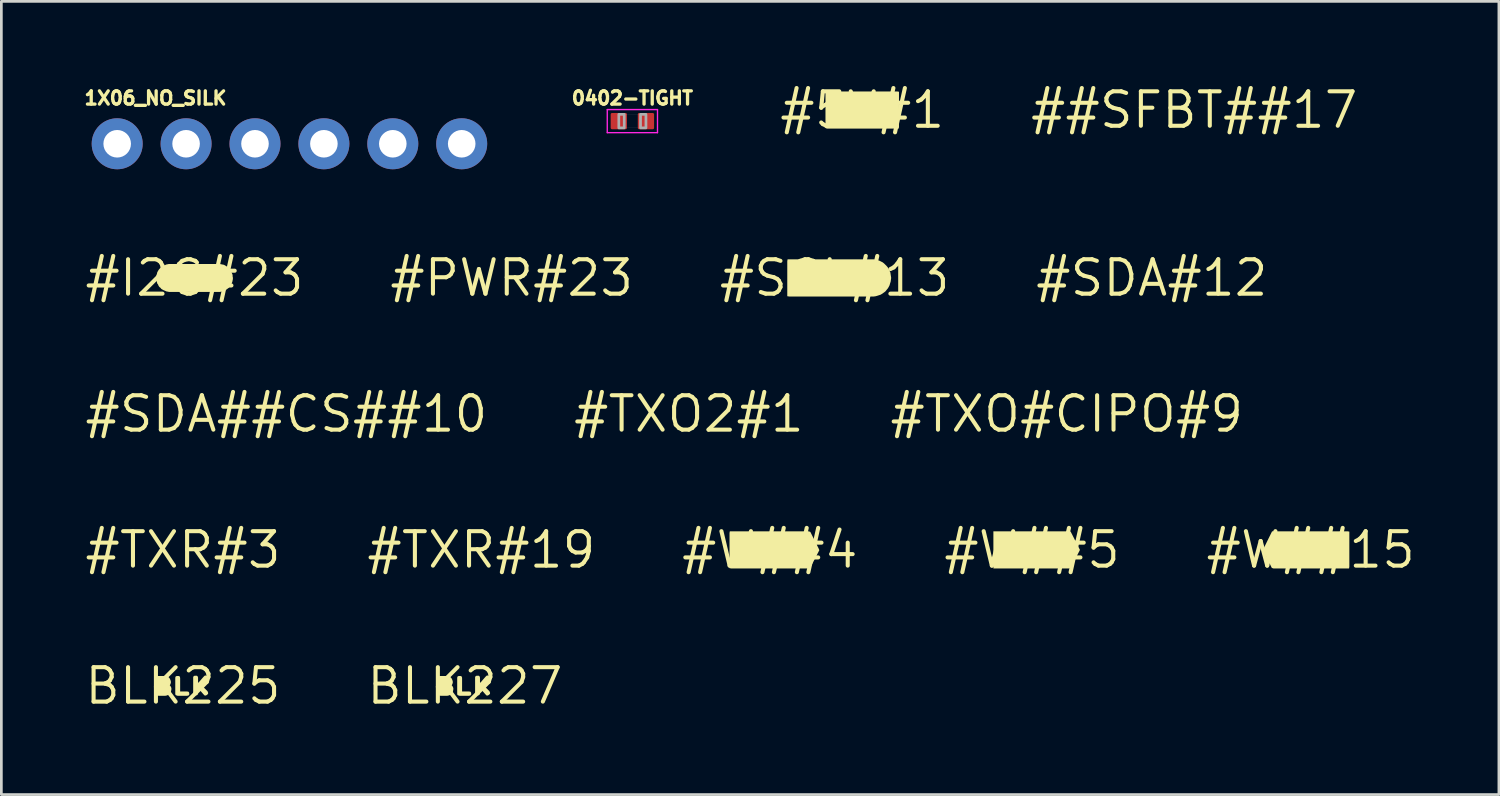
<source format=kicad_pcb>
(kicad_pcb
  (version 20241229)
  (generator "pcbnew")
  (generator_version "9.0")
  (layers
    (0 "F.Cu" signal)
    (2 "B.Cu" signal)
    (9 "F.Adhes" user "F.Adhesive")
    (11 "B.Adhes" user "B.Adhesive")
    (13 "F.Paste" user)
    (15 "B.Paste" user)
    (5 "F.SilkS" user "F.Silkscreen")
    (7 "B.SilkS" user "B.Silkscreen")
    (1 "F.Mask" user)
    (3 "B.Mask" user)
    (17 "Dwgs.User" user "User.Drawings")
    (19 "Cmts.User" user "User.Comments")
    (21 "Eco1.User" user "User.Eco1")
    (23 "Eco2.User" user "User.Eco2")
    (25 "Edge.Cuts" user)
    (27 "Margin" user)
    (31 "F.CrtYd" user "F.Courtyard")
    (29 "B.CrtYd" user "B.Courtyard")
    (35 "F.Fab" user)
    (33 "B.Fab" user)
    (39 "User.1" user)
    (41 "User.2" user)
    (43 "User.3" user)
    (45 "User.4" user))
  (footprint "#W##4"
    (layer "F.Cu")
    (at 25.328 17.221)
    (property "Reference" "#W##4" (at 0 0 0) (layer "F.SilkS") (effects (font (size 1.27 1.27) (thickness 0.15))))
    (fp_poly (pts (xy 1.431 -0.685) (xy 1.494 -0.664) (xy 1.795 -0.062) (xy 1.826 0.01) (xy 1.483 0.675) (xy 1.42 0.685) (xy -1.42 0.685) (xy -1.485 0.674) (xy -1.485 -0.62) (xy -1.474 -0.685)) (stroke (width 0) (type default)) (fill yes) (layer "F.SilkS")))
  (footprint "#TXO2#1"
    (layer "F.Cu")
    (at 22.344 12.209)
    (property "Reference" "#TXO2#1" (at 0 0 0) (layer "F.SilkS") (effects (font (size 1.27 1.27) (thickness 0.15))))
    (fp_poly (pts (xy 0.552 0.235) (xy 0.55 0.24) (xy 0.55 0.235) (xy 0.551 0.235)) (stroke (width 0) (type default)) (fill yes) (layer "F.SilkS")))
  (footprint "BLK225"
    (layer "F.Cu")
    (at 3.696 22.234)
    (property "Reference" "BLK225" (at 0 0 0) (layer "F.SilkS") (effects (font (size 1.27 1.27) (thickness 0.15))))
    (fp_poly (pts (xy -0.116 -0.343) (xy -0.105 -0.29) (xy -0.105 0.205) (xy 0.14 0.205) (xy 0.203 0.215) (xy 0.225 0.248) (xy 0.235 0.311) (xy 0.203 0.355) (xy 0.15 0.365) (xy -0.201 0.365) (xy -0.263 0.344) (xy -0.285 0.312) (xy -0.285 -0.301) (xy -0.274 -0.343) (xy -0.231 -0.365) (xy -0.159 -0.365)) (stroke (width 0) (type default)) (fill yes) (layer "F.SilkS"))
    (fp_poly (pts (xy -0.578 -0.345) (xy -0.537 -0.324) (xy -0.496 -0.283) (xy -0.475 -0.242) (xy -0.455 -0.191) (xy -0.445 -0.14) (xy -0.455 -0.089) (xy -0.476 -0.037) (xy -0.487 -0.026) (xy -0.488 -0.025) (xy -0.456 0.017) (xy -0.435 0.058) (xy -0.425 0.11) (xy -0.435 0.171) (xy -0.445 0.222) (xy -0.466 0.263) (xy -0.507 0.304) (xy -0.548 0.334) (xy -0.599 0.355) (xy -0.65 0.365) (xy -0.9 0.365) (xy -0.962 0.355) (xy -0.995 0.322) (xy -1.005 0.27) (xy -1.005 -0.301) (xy -0.994 -0.343) (xy -0.951 -0.365) (xy -0.629 -0.365)) (stroke (width 0) (type default)) (fill yes) (layer "F.SilkS"))
    (fp_poly (pts (xy 0.883 -0.364) (xy 0.924 -0.312) (xy 0.935 -0.279) (xy 0.904 -0.227) (xy 0.874 -0.197) (xy 0.814 -0.126) (xy 0.723 -0.046) (xy 0.688 -0.019) (xy 0.814 0.106) (xy 0.904 0.197) (xy 0.925 0.249) (xy 0.925 0.292) (xy 0.883 0.334) (xy 0.841 0.355) (xy 0.798 0.355) (xy 0.756 0.313) (xy 0.562 0.09) (xy 0.555 0.111) (xy 0.555 0.271) (xy 0.545 0.313) (xy 0.512 0.345) (xy 0.45 0.345) (xy 0.397 0.334) (xy 0.375 0.302) (xy 0.375 -0.321) (xy 0.397 -0.364) (xy 0.439 -0.375) (xy 0.512 -0.375) (xy 0.545 -0.343) (xy 0.555 -0.301) (xy 0.555 -0.141) (xy 0.563 -0.111) (xy 0.756 -0.333) (xy 0.797 -0.374) (xy 0.83 -0.385)) (stroke (width 0) (type default)) (fill yes) (layer "F.SilkS")))
  (footprint "#TXO#CIPO#9"
    (layer "F.Cu")
    (at 36.275 12.209)
    (property "Reference" "#TXO#CIPO#9" (at 0 0 0) (layer "F.SilkS") (effects (font (size 1.27 1.27) (thickness 0.15))))
    (fp_poly (pts (xy 3.192 0.236) (xy 3.19 0.24) (xy 3.19 0.235) (xy 3.191 0.235)) (stroke (width 0) (type default)) (fill yes) (layer "F.SilkS")))
  (footprint "1X06_NO_SILK"
    (layer "F.Cu")
    (at 1.27 2.25)
    (property "Reference" "1X06_NO_SILK" (at -1.27 -1.397 0) (unlocked yes) (layer "F.SilkS") (effects (font (size 0.488 0.488) (thickness 0.122)) (justify left bottom)))
    (fp_poly (pts (xy -0.254 0.254) (xy 0.254 0.254) (xy 0.254 -0.254) (xy -0.254 -0.254)) (stroke (width 0.1) (type default)) (fill no) (layer "F.Fab"))
    (fp_poly (pts (xy 2.286 0.254) (xy 2.794 0.254) (xy 2.794 -0.254) (xy 2.286 -0.254)) (stroke (width 0.1) (type default)) (fill no) (layer "F.Fab"))
    (fp_poly (pts (xy 4.826 0.254) (xy 5.334 0.254) (xy 5.334 -0.254) (xy 4.826 -0.254)) (stroke (width 0.1) (type default)) (fill no) (layer "F.Fab"))
    (fp_poly (pts (xy 7.366 0.254) (xy 7.874 0.254) (xy 7.874 -0.254) (xy 7.366 -0.254)) (stroke (width 0.1) (type default)) (fill no) (layer "F.Fab"))
    (fp_poly (pts (xy 9.906 0.254) (xy 10.414 0.254) (xy 10.414 -0.254) (xy 9.906 -0.254)) (stroke (width 0.1) (type default)) (fill no) (layer "F.Fab"))
    (fp_poly (pts (xy 12.446 0.254) (xy 12.954 0.254) (xy 12.954 -0.254) (xy 12.446 -0.254)) (stroke (width 0.1) (type default)) (fill no) (layer "F.Fab"))
    (pad "1" thru_hole circle (at 0 0 90) (size 1.88 1.88) (drill 1.016) (layers "*.Cu" "*.Mask"))
    (pad "2" thru_hole circle (at 2.54 0 90) (size 1.88 1.88) (drill 1.016) (layers "*.Cu" "*.Mask"))
    (pad "3" thru_hole circle (at 5.08 0 90) (size 1.88 1.88) (drill 1.016) (layers "*.Cu" "*.Mask"))
    (pad "4" thru_hole circle (at 7.62 0 90) (size 1.88 1.88) (drill 1.016) (layers "*.Cu" "*.Mask"))
    (pad "5" thru_hole circle (at 10.16 0 90) (size 1.88 1.88) (drill 1.016) (layers "*.Cu" "*.Mask"))
    (pad "6" thru_hole circle (at 12.7 0 90) (size 1.88 1.88) (drill 1.016) (layers "*.Cu" "*.Mask")))
  (footprint "##SFBT##17"
    (layer "F.Cu")
    (at 40.973 1.006)
    (property "Reference" "##SFBT##17" (at 0 0 0) (layer "F.SilkS") (effects (font (size 1.27 1.27) (thickness 0.15))))
    (fp_poly (pts (xy 0.231 0.375) (xy 0.23 0.38) (xy 0.23 0.375) (xy 0.23 0.375)) (stroke (width 0) (type default)) (fill yes) (layer "F.SilkS")))
  (footprint "#SDA#12"
    (layer "F.Cu")
    (at 39.41 7.196)
    (property "Reference" "#SDA#12" (at 0 0 0) (layer "F.SilkS") (effects (font (size 1.27 1.27) (thickness 0.15))))
    (fp_poly (pts (xy -0.318 0.236) (xy -0.32 0.24) (xy -0.32 0.235) (xy -0.319 0.235)) (stroke (width 0) (type default)) (fill yes) (layer "F.SilkS")))
  (footprint "#TXR#19"
    (layer "F.Cu")
    (at 14.694 17.221)
    (property "Reference" "#TXR#19" (at 0 0 0) (layer "F.SilkS") (effects (font (size 1.27 1.27) (thickness 0.15))))
    (fp_poly (pts (xy 0.954 -0.034) (xy 0.95 -0.03) (xy 0.95 -0.035) (xy 0.952 -0.035)) (stroke (width 0) (type default)) (fill yes) (layer "F.SilkS")))
  (footprint "#W##15"
    (layer "F.Cu")
    (at 45.267 17.221)
    (property "Reference" "#W##15" (at 0 0 0) (layer "F.SilkS") (effects (font (size 1.27 1.27) (thickness 0.15))))
    (fp_poly (pts (xy 1.36 -0.685) (xy 1.425 -0.674) (xy 1.425 0.62) (xy 1.414 0.685) (xy -1.371 0.685) (xy -1.434 0.664) (xy -1.735 0.052) (xy -1.755 -0.01) (xy -1.423 -0.685)) (stroke (width 0) (type default)) (fill yes) (layer "F.SilkS")))
  (footprint "#SDA##CS##10"
    (layer "F.Cu")
    (at 7.506 12.209)
    (property "Reference" "#SDA##CS##10" (at 0 0 0) (layer "F.SilkS") (effects (font (size 1.27 1.27) (thickness 0.15))))
    (fp_poly (pts (xy -1.679 0.375) (xy -1.68 0.38) (xy -1.68 0.375) (xy -1.68 0.375)) (stroke (width 0) (type default)) (fill yes) (layer "F.SilkS")))
  (footprint "#I2C#23"
    (layer "F.Cu")
    (at 4.12 7.196)
    (property "Reference" "#I2C#23" (at 0 0 0) (layer "F.SilkS") (effects (font (size 1.27 1.27) (thickness 0.15))))
    (fp_poly (pts (xy 0.93 -0.515) (xy 0.981 -0.505) (xy 1.031 -0.495) (xy 1.082 -0.485) (xy 1.122 -0.464) (xy 1.173 -0.434) (xy 1.213 -0.404) (xy 1.254 -0.374) (xy 1.284 -0.333) (xy 1.314 -0.293) (xy 1.344 -0.252) (xy 1.365 -0.202) (xy 1.385 -0.162) (xy 1.405 -0.111) (xy 1.405 -0.06) (xy 1.415 -0.01) (xy 1.415 0.04) (xy 1.405 0.091) (xy 1.395 0.141) (xy 1.375 0.192) (xy 1.354 0.242) (xy 1.324 0.283) (xy 1.294 0.323) (xy 1.264 0.364) (xy 1.223 0.394) (xy 1.183 0.424) (xy 1.142 0.454) (xy 1.092 0.475) (xy 1.041 0.495) (xy 0.991 0.505) (xy 0.94 0.515) (xy -0.94 0.515) (xy -0.991 0.505) (xy -1.042 0.495) (xy -1.082 0.475) (xy -1.132 0.455) (xy -1.172 0.434) (xy -1.223 0.404) (xy -1.254 0.364) (xy -1.294 0.334) (xy -1.324 0.292) (xy -1.344 0.242) (xy -1.375 0.202) (xy -1.385 0.151) (xy -1.405 0.101) (xy -1.405 0.05) (xy -1.415 0) (xy -1.405 -0.05) (xy -1.405 -0.101) (xy -1.385 -0.151) (xy -1.375 -0.202) (xy -1.354 -0.242) (xy -1.324 -0.293) (xy -1.294 -0.334) (xy -1.254 -0.364) (xy -1.223 -0.404) (xy -1.172 -0.434) (xy -1.132 -0.455) (xy -1.082 -0.475) (xy -1.042 -0.495) (xy -0.991 -0.505) (xy -0.94 -0.515)) (stroke (width 0) (type default)) (fill yes) (layer "F.SilkS")))
  (footprint "#PWR#23"
    (layer "F.Cu")
    (at 15.813 7.196)
    (property "Reference" "#PWR#23" (at 0 0 0) (layer "F.SilkS") (effects (font (size 1.27 1.27) (thickness 0.15))))
    (fp_poly (pts (xy 0.782 -0.024) (xy 0.78 -0.02) (xy 0.78 -0.025) (xy 0.781 -0.025)) (stroke (width 0) (type default)) (fill yes) (layer "F.SilkS")))
  (footprint "BLK227"
    (layer "F.Cu")
    (at 14.089 22.234)
    (property "Reference" "BLK227" (at 0 0 0) (layer "F.SilkS") (effects (font (size 1.27 1.27) (thickness 0.15))))
    (fp_poly (pts (xy -0.116 -0.343) (xy -0.105 -0.29) (xy -0.105 0.205) (xy 0.14 0.205) (xy 0.203 0.215) (xy 0.225 0.248) (xy 0.235 0.311) (xy 0.203 0.355) (xy 0.15 0.365) (xy -0.201 0.365) (xy -0.263 0.344) (xy -0.285 0.312) (xy -0.285 -0.301) (xy -0.274 -0.343) (xy -0.231 -0.365) (xy -0.159 -0.365)) (stroke (width 0) (type default)) (fill yes) (layer "F.SilkS"))
    (fp_poly (pts (xy -0.578 -0.345) (xy -0.537 -0.324) (xy -0.496 -0.283) (xy -0.475 -0.242) (xy -0.455 -0.191) (xy -0.445 -0.14) (xy -0.455 -0.089) (xy -0.476 -0.037) (xy -0.487 -0.026) (xy -0.488 -0.025) (xy -0.456 0.017) (xy -0.435 0.058) (xy -0.425 0.11) (xy -0.435 0.171) (xy -0.445 0.222) (xy -0.466 0.263) (xy -0.507 0.304) (xy -0.548 0.334) (xy -0.599 0.355) (xy -0.65 0.365) (xy -0.9 0.365) (xy -0.962 0.355) (xy -0.995 0.322) (xy -1.005 0.27) (xy -1.005 -0.301) (xy -0.994 -0.343) (xy -0.951 -0.365) (xy -0.629 -0.365)) (stroke (width 0) (type default)) (fill yes) (layer "F.SilkS"))
    (fp_poly (pts (xy 0.883 -0.364) (xy 0.924 -0.312) (xy 0.935 -0.279) (xy 0.904 -0.227) (xy 0.874 -0.197) (xy 0.814 -0.126) (xy 0.723 -0.046) (xy 0.688 -0.019) (xy 0.814 0.106) (xy 0.904 0.197) (xy 0.925 0.249) (xy 0.925 0.292) (xy 0.883 0.334) (xy 0.841 0.355) (xy 0.798 0.355) (xy 0.756 0.313) (xy 0.562 0.09) (xy 0.555 0.111) (xy 0.555 0.271) (xy 0.545 0.313) (xy 0.512 0.345) (xy 0.45 0.345) (xy 0.397 0.334) (xy 0.375 0.302) (xy 0.375 -0.321) (xy 0.397 -0.364) (xy 0.439 -0.375) (xy 0.512 -0.375) (xy 0.545 -0.343) (xy 0.555 -0.301) (xy 0.555 -0.141) (xy 0.563 -0.111) (xy 0.756 -0.333) (xy 0.797 -0.374) (xy 0.83 -0.385)) (stroke (width 0) (type default)) (fill yes) (layer "F.SilkS")))
  (footprint "#TXR#3"
    (layer "F.Cu")
    (at 3.696 17.221)
    (property "Reference" "#TXR#3" (at 0 0 0) (layer "F.SilkS") (effects (font (size 1.27 1.27) (thickness 0.15))))
    (fp_poly (pts (xy 0.954 -0.034) (xy 0.95 -0.03) (xy 0.95 -0.035) (xy 0.952 -0.035)) (stroke (width 0) (type default)) (fill yes) (layer "F.SilkS")))
  (footprint "#W##5"
    (layer "F.Cu")
    (at 34.995 17.221)
    (property "Reference" "#W##5" (at 0 0 0) (layer "F.SilkS") (effects (font (size 1.27 1.27) (thickness 0.15))))
    (fp_poly (pts (xy 1.36 -0.685) (xy 1.423 -0.675) (xy 1.766 0) (xy 1.423 0.675) (xy 1.36 0.685) (xy -1.425 0.685) (xy -1.425 -0.685)) (stroke (width 0) (type default)) (fill yes) (layer "F.SilkS")))
  (footprint "0402-TIGHT"
    (layer "F.Cu")
    (at 20.262 1.415)
    (property "Reference" "0402-TIGHT" (at 0 -0.562 0) (unlocked yes) (layer "F.SilkS") (effects (font (size 0.488 0.488) (thickness 0.122)) (justify bottom)))
    (fp_line (start -0.926 -0.426) (end -0.926 0.426) (stroke (width 0.05) (type solid)) (layer "F.CrtYd"))
    (fp_line (start -0.926 0.426) (end 0.926 0.426) (stroke (width 0.05) (type solid)) (layer "F.CrtYd"))
    (fp_line (start 0.926 -0.426) (end -0.926 -0.426) (stroke (width 0.05) (type solid)) (layer "F.CrtYd"))
    (fp_line (start 0.926 0.426) (end 0.926 -0.426) (stroke (width 0.05) (type solid)) (layer "F.CrtYd"))
    (fp_line (start -0.5 -0.25) (end 0.5 -0.25) (stroke (width 0.003) (type solid)) (layer "F.Fab"))
    (fp_line (start -0.5 0.25) (end -0.5 -0.25) (stroke (width 0.003) (type solid)) (layer "F.Fab"))
    (fp_line (start 0.5 -0.25) (end 0.5 0.25) (stroke (width 0.003) (type solid)) (layer "F.Fab"))
    (fp_line (start 0.5 0.25) (end -0.5 0.25) (stroke (width 0.003) (type solid)) (layer "F.Fab"))
    (fp_poly (pts (xy -0.5 0.25) (xy -0.3 0.25) (xy -0.3 -0.25) (xy -0.5 -0.25)) (stroke (width 0.1) (type default)) (fill no) (layer "F.Fab"))
    (fp_poly (pts (xy 0.5 -0.25) (xy 0.3 -0.25) (xy 0.3 0.25) (xy 0.5 0.25)) (stroke (width 0.1) (type default)) (fill no) (layer "F.Fab"))
    (pad "1" smd roundrect (at -0.5 0) (size 0.6 0.6) (layers "F.Cu" "F.Mask" "F.Paste") (roundrect_rratio 0.085))
    (pad "2" smd roundrect (at 0.5 0) (size 0.6 0.6) (layers "F.Cu" "F.Mask" "F.Paste") (roundrect_rratio 0.085)))
  (footprint "#SCL#13"
    (layer "F.Cu")
    (at 27.717 7.196)
    (property "Reference" "#SCL#13" (at 0 0 0) (layer "F.SilkS") (effects (font (size 1.27 1.27) (thickness 0.15))))
    (fp_poly (pts (xy 1.45 -0.685) (xy 1.521 -0.675) (xy 1.581 -0.655) (xy 1.652 -0.635) (xy 1.773 -0.574) (xy 1.823 -0.534) (xy 1.874 -0.484) (xy 1.924 -0.433) (xy 1.964 -0.383) (xy 2.055 -0.202) (xy 2.065 -0.131) (xy 2.075 -0.071) (xy 2.085 0) (xy 2.075 0.071) (xy 2.065 0.141) (xy 2.045 0.201) (xy 2.025 0.272) (xy 1.994 0.332) (xy 1.964 0.383) (xy 1.914 0.443) (xy 1.874 0.494) (xy 1.823 0.534) (xy 1.702 0.615) (xy 1.642 0.635) (xy 1.581 0.655) (xy 1.511 0.675) (xy 1.44 0.685) (xy -1.67 0.685) (xy -1.745 0.674) (xy -1.745 -0.62) (xy -1.734 -0.685)) (stroke (width 0) (type default)) (fill yes) (layer "F.SilkS")))
  (footprint "#5V#1"
    (layer "F.Cu")
    (at 28.735 1.006)
    (property "Reference" "#5V#1" (at 0 0 0) (layer "F.SilkS") (effects (font (size 1.27 1.27) (thickness 0.15))))
    (fp_poly (pts (xy 1.29 -0.685) (xy 1.355 -0.674) (xy 1.355 0.62) (xy 1.344 0.685) (xy -1.301 0.685) (xy -1.355 0.663) (xy -1.355 -0.631) (xy -1.333 -0.685)) (stroke (width 0) (type default)) (fill yes) (layer "F.SilkS")))
  (gr_rect
    (start -3 -3)
    (end 52.205 26.24)
    (stroke (width 0.1) (type default))
    (fill no)
    (layer "Edge.Cuts")))
</source>
